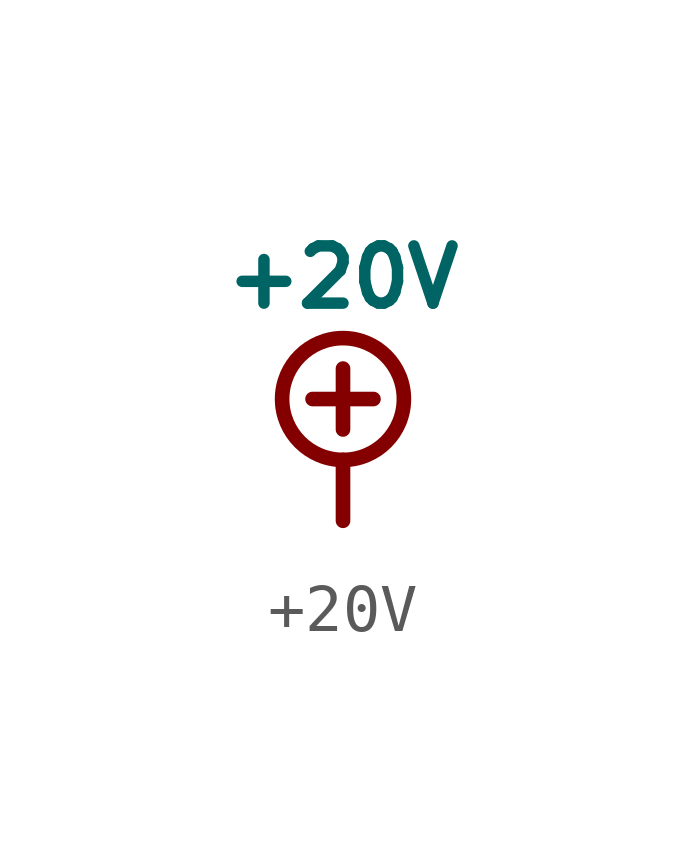
<source format=kicad_sym>
(kicad_symbol_lib
  (version 20220914)
  (generator kicad_symbol_editor)
  (symbol "+20V"
    (power)
    (pin_names
      (offset 0))
    (property "Reference" "#PWR"
      (at 0 6.985 0)
      (effects (font (size 1.524 1.524)) hide))
    (property "Value" "+20V"
      (at 0 5.08 0)
      (effects (font (size 1.194 1.194) bold)))
    (property "Footprint" ""
      (at 0 0 0)
      (effects (font (size 1.524 1.524))))
    (property "Datasheet" ""
      (at 0 0 0)
      (effects (font (size 1.524 1.524))))
    (symbol "+20V_1_0"
      (polyline (pts (xy -0.635 2.54) (xy 0.635 2.54)) (stroke (width 0.305) (type default)) (fill (type none)))
      (polyline (pts (xy 0 1.27) (xy 0 0)) (stroke (width 0.305) (type default)) (fill (type none)))
      (polyline (pts (xy 0 3.175) (xy 0 1.905)) (stroke (width 0.305) (type default)) (fill (type none)))
      (circle (center 0 2.54) (radius 1.27) (stroke (width 0.305) (type default)) (fill (type none)))
      (pin power_in line (at 0 0 90) (length 0) hide (name "+20V" (effects (font (size 1.27 1.27)))) (number "1" (effects (font (size 1.27 1.27))))))))
</source>
